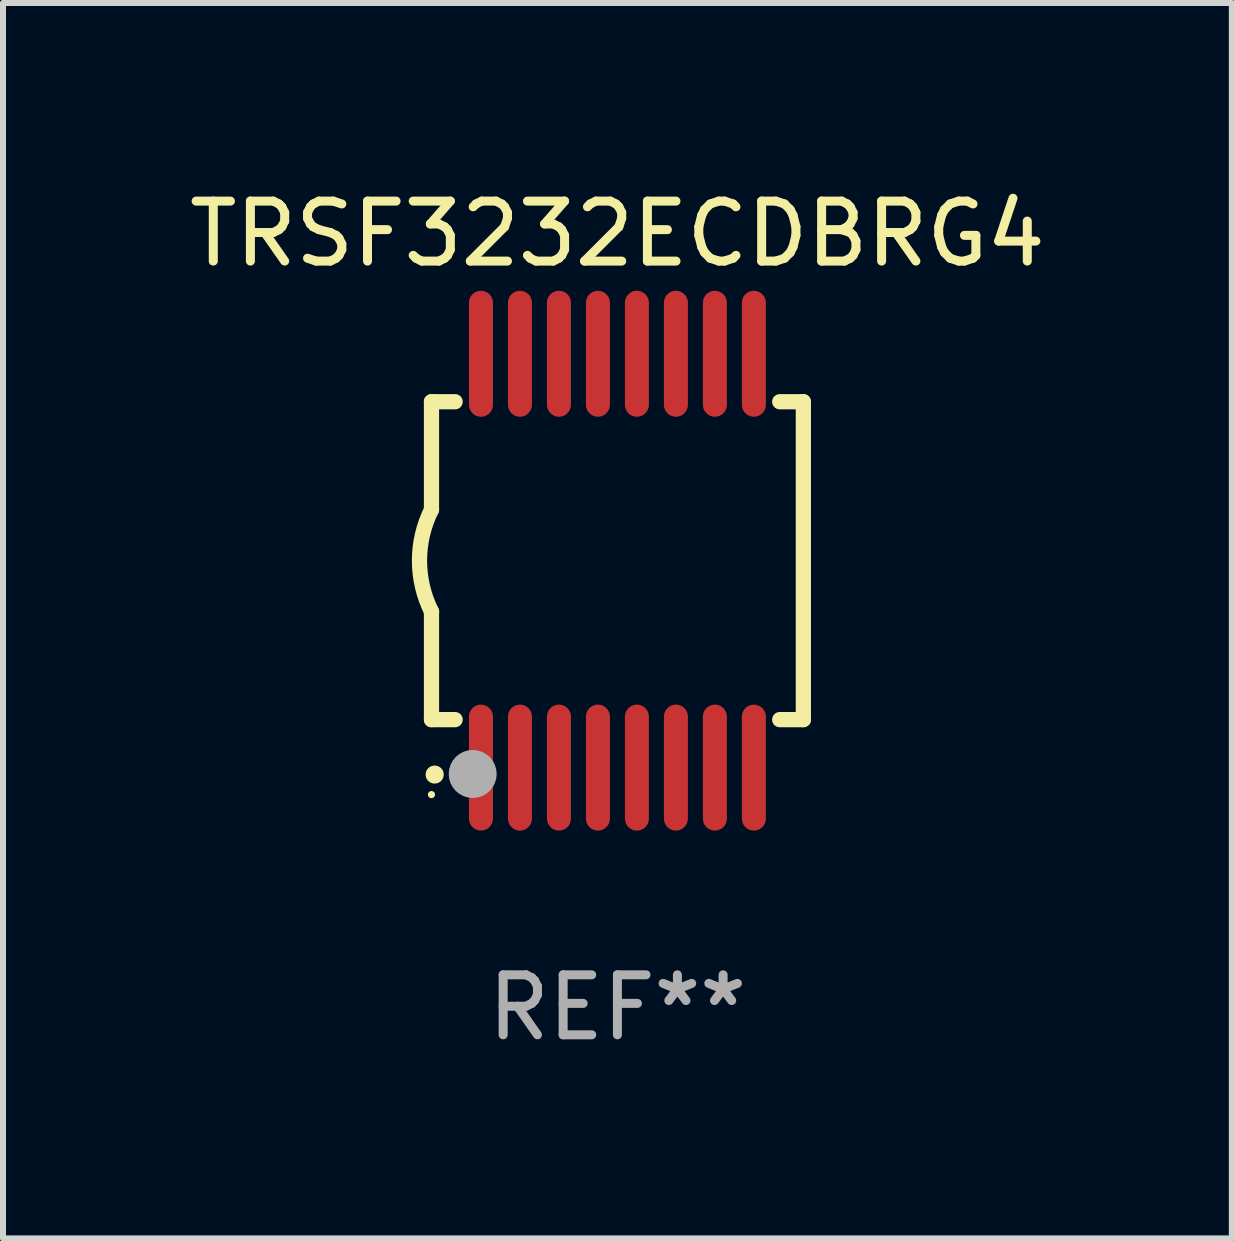
<source format=kicad_pcb>
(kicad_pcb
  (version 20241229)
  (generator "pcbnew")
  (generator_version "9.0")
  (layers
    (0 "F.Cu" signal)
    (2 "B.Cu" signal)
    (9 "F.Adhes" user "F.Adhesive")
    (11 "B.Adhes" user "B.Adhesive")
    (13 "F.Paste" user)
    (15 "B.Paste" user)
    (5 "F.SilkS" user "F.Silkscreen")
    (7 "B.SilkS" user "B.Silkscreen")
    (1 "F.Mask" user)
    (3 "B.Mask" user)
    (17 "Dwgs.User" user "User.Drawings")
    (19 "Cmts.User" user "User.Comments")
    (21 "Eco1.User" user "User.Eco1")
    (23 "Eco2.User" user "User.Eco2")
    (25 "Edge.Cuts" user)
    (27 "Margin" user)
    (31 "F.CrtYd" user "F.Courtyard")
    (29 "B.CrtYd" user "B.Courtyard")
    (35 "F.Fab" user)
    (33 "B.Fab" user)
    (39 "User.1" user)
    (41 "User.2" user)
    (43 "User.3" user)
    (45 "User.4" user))
  (footprint "TRSF3232ECDBRG4"
    (layer "F.Cu")
    (at 7.244 6.298)
    (property "Reference" "TRSF3232ECDBRG4" (at 0 -5.45 0) (layer "F.SilkS") (effects (font (size 1 1) (thickness 0.15))))
    (attr through_hole)
    (fp_line (start -3.1 -2.65) (end -3.1 -0.85) (stroke (width 0.254) (type solid)) (layer "F.SilkS"))
    (fp_line (start -3.1 -2.65) (end -2.706 -2.65) (stroke (width 0.254) (type solid)) (layer "F.SilkS"))
    (fp_line (start -3.1 2.65) (end -3.1 0.85) (stroke (width 0.254) (type solid)) (layer "F.SilkS"))
    (fp_line (start -3.1 2.65) (end -2.706 2.65) (stroke (width 0.254) (type solid)) (layer "F.SilkS"))
    (fp_line (start 2.706 -2.65) (end 3.1 -2.65) (stroke (width 0.254) (type solid)) (layer "F.SilkS"))
    (fp_line (start 2.706 2.65) (end 3.1 2.65) (stroke (width 0.254) (type solid)) (layer "F.SilkS"))
    (fp_line (start 3.1 -2.65) (end 3.1 2.65) (stroke (width 0.254) (type solid)) (layer "F.SilkS"))
    (fp_arc (start -3.098907 0.850902) (mid -3.300057 0.000523) (end -3.1 -0.850114) (stroke (width 0.254001) (type solid)) (layer "F.SilkS"))
    (fp_arc (start -3.048006 3.566066) (mid -3.046736 3.566061) (end -3.045466 3.566066) (stroke (width 0.3) (type solid)) (layer "F.SilkS"))
    (fp_circle (center -3.1 3.9) (end -3.07 3.9) (stroke (width 0.06) (type solid)) (fill no) (layer "F.SilkS"))
    (fp_circle (center -2.413 3.556) (end -2.213 3.556) (stroke (width 0.4) (type solid)) (fill no) (layer "F.Fab"))
    (fp_text user "REF**" (at 0 7.45 0) (layer "F.Fab") (effects (font (size 1 1) (thickness 0.15))))
    (pad "1" smd oval (at -2.275 3.45 180) (size 0.4 2.1) (layers "F.Cu" "F.Mask" "F.Paste"))
    (pad "2" smd oval (at -1.625 3.45 180) (size 0.4 2.1) (layers "F.Cu" "F.Mask" "F.Paste"))
    (pad "3" smd oval (at -0.975 3.45 180) (size 0.4 2.1) (layers "F.Cu" "F.Mask" "F.Paste"))
    (pad "4" smd oval (at -0.325 3.45 180) (size 0.4 2.1) (layers "F.Cu" "F.Mask" "F.Paste"))
    (pad "5" smd oval (at 0.325 3.45 180) (size 0.4 2.1) (layers "F.Cu" "F.Mask" "F.Paste"))
    (pad "6" smd oval (at 0.975 3.45 180) (size 0.4 2.1) (layers "F.Cu" "F.Mask" "F.Paste"))
    (pad "7" smd oval (at 1.625 3.45 180) (size 0.4 2.1) (layers "F.Cu" "F.Mask" "F.Paste"))
    (pad "8" smd oval (at 2.275 3.45 180) (size 0.4 2.1) (layers "F.Cu" "F.Mask" "F.Paste"))
    (pad "9" smd oval (at 2.275 -3.45 180) (size 0.4 2.1) (layers "F.Cu" "F.Mask" "F.Paste"))
    (pad "10" smd oval (at 1.625 -3.45 180) (size 0.4 2.1) (layers "F.Cu" "F.Mask" "F.Paste"))
    (pad "11" smd oval (at 0.975 -3.45 180) (size 0.4 2.1) (layers "F.Cu" "F.Mask" "F.Paste"))
    (pad "12" smd oval (at 0.325 -3.45 180) (size 0.4 2.1) (layers "F.Cu" "F.Mask" "F.Paste"))
    (pad "13" smd oval (at -0.325 -3.45 180) (size 0.4 2.1) (layers "F.Cu" "F.Mask" "F.Paste"))
    (pad "14" smd oval (at -0.975 -3.45 180) (size 0.4 2.1) (layers "F.Cu" "F.Mask" "F.Paste"))
    (pad "15" smd oval (at -1.625 -3.45 180) (size 0.4 2.1) (layers "F.Cu" "F.Mask" "F.Paste"))
    (pad "16" smd oval (at -2.275 -3.45 180) (size 0.4 2.1) (layers "F.Cu" "F.Mask" "F.Paste")))
  (gr_rect
    (start -3 -3)
    (end 17.488 17.597)
    (stroke (width 0.1) (type default))
    (fill no)
    (layer "Edge.Cuts")))
</source>
